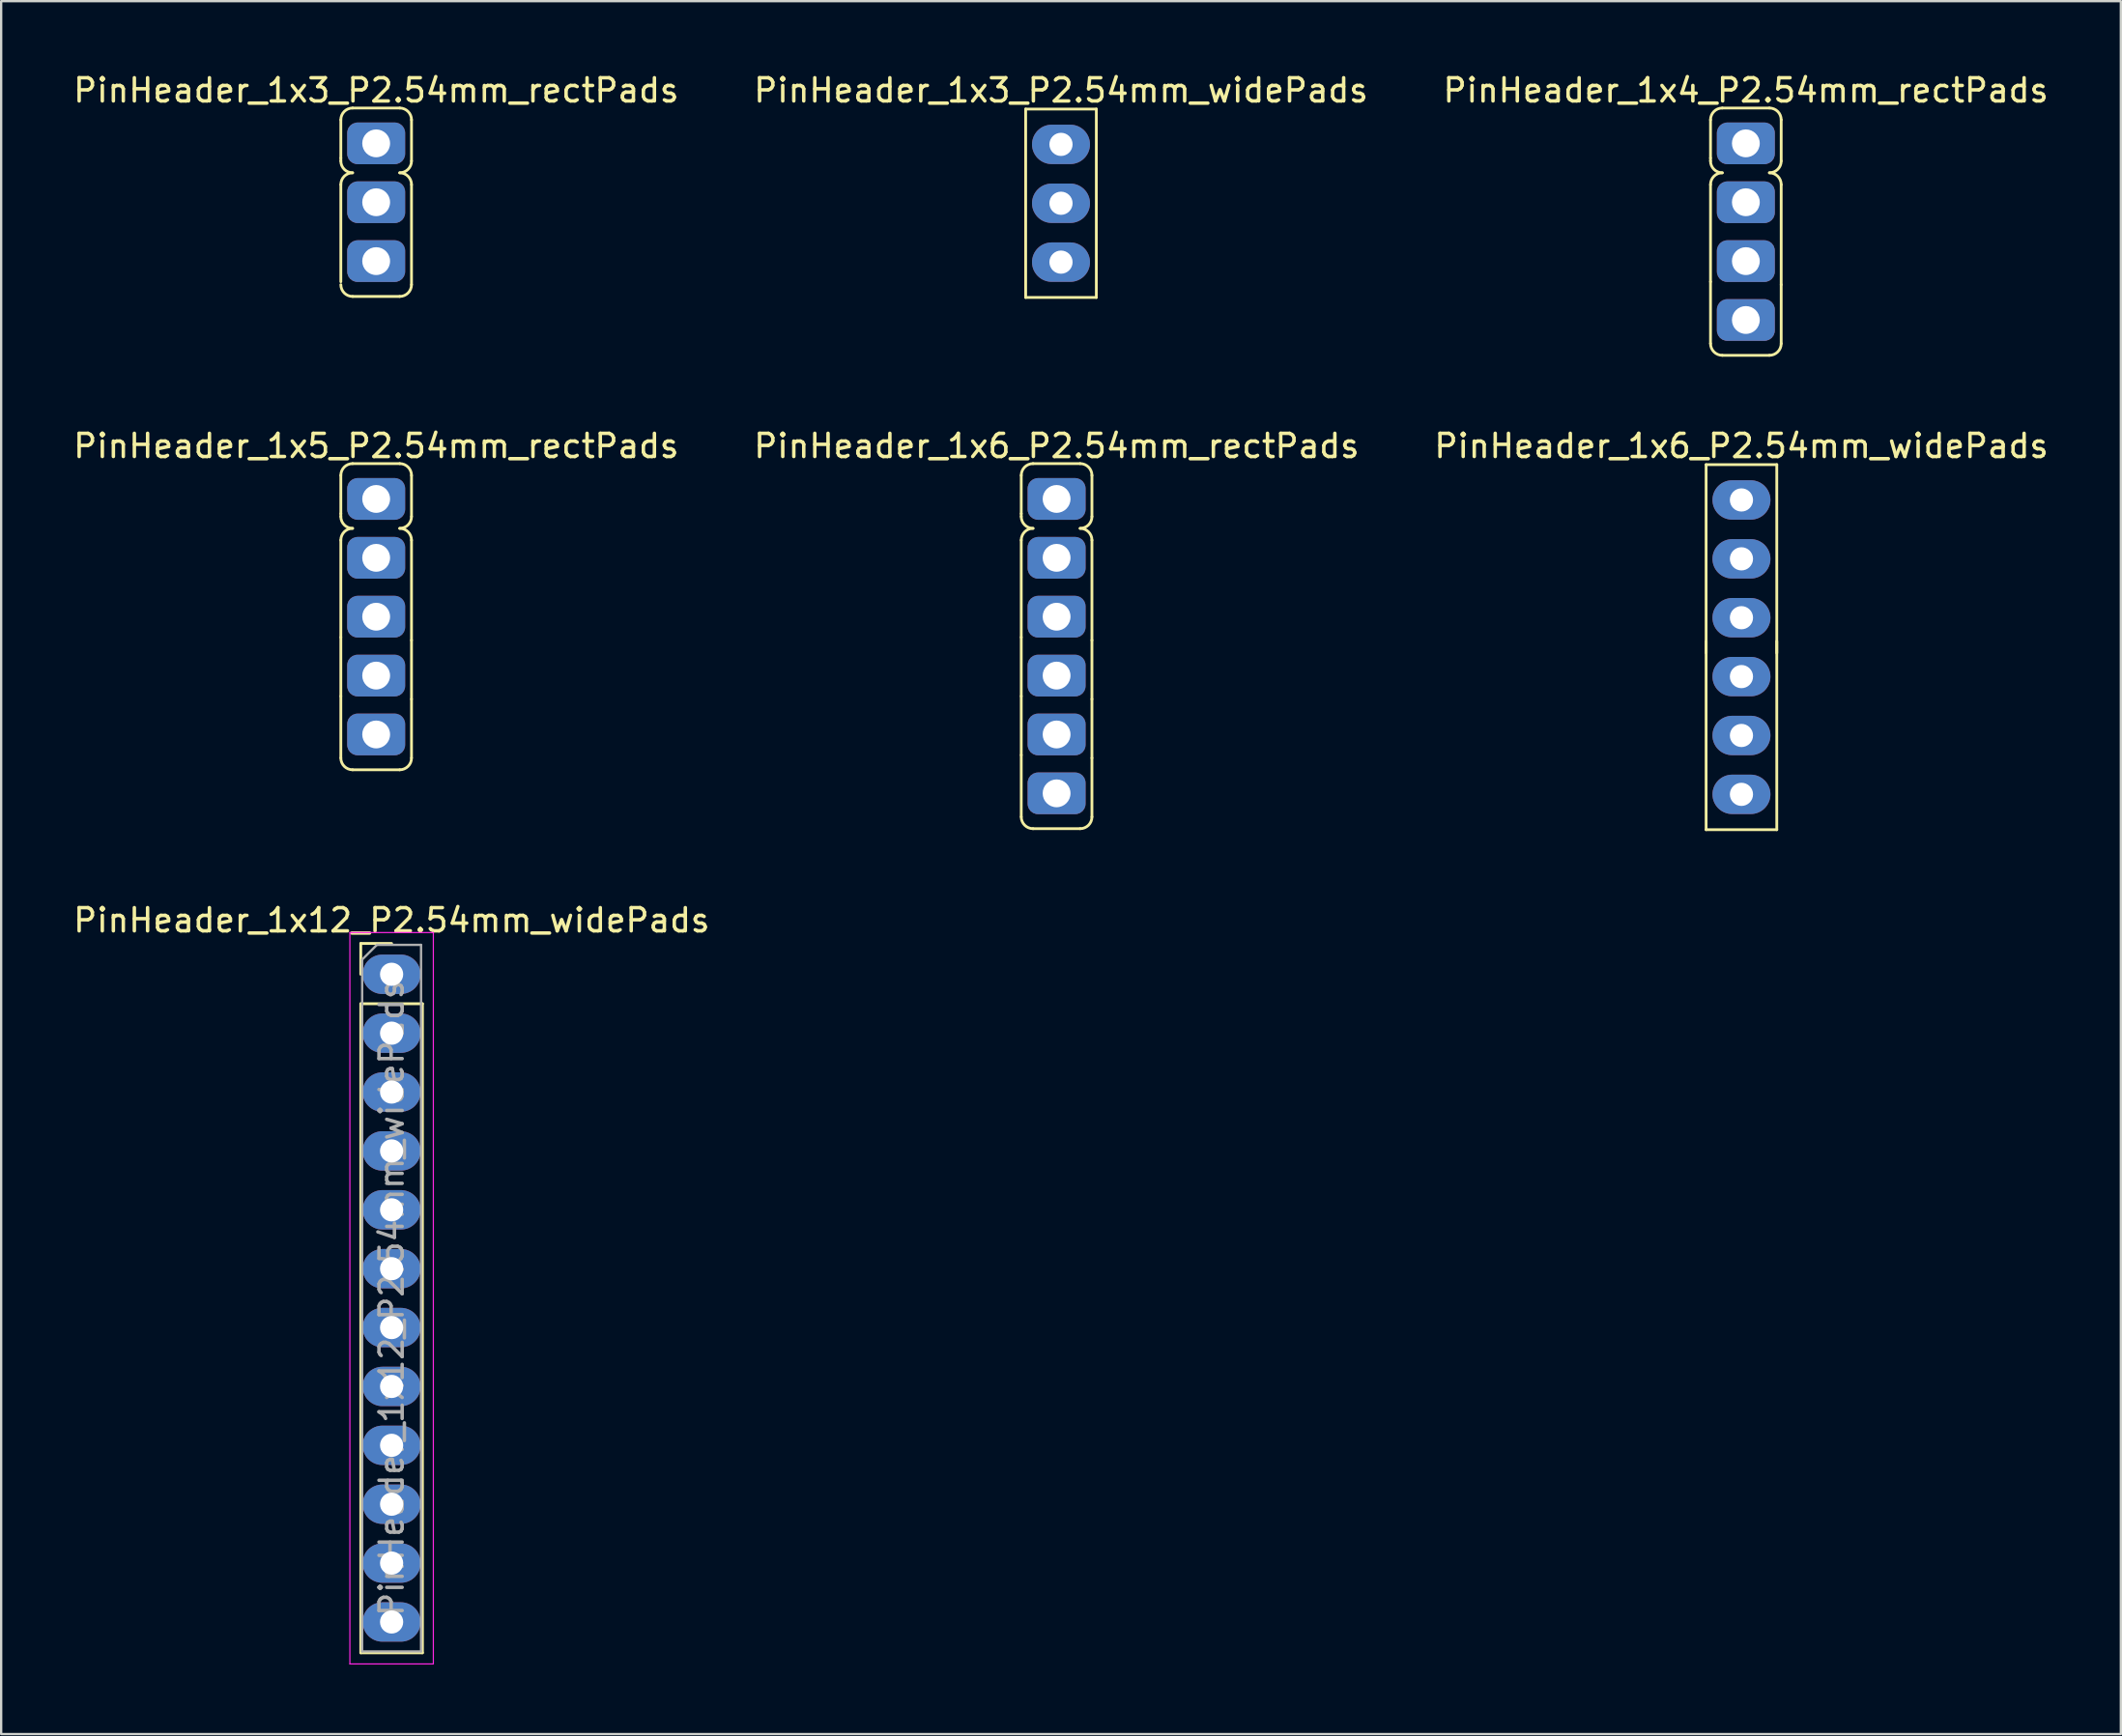
<source format=kicad_pcb>
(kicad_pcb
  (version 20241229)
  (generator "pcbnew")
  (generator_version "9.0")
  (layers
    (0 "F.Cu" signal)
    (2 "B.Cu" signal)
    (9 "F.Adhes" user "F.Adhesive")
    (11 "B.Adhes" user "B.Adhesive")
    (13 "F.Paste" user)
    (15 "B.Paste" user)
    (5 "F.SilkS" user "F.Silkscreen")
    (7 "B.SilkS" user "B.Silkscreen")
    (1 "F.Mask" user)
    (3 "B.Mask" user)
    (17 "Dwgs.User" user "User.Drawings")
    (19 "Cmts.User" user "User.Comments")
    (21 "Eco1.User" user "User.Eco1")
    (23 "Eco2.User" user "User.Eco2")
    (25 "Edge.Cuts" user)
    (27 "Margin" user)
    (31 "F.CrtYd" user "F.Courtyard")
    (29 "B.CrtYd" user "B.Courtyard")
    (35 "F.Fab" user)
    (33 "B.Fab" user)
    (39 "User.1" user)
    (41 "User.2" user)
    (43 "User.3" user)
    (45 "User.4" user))
  (footprint "PinHeader_1x3_P2.54mm_widePads"
    (layer "F.Cu")
    (at 42.708 3.178)
    (property "Reference" "PinHeader_1x3_P2.54mm_widePads" (at 0 -2.33 0) (layer "F.SilkS") (effects (font (size 1 1) (thickness 0.15))))
    (attr through_hole)
    (fp_line (start -1.524 -1.524) (end -1.524 6.604) (stroke (width 0.12) (type solid)) (layer "F.SilkS"))
    (fp_line (start -1.524 6.604) (end 1.524 6.604) (stroke (width 0.12) (type solid)) (layer "F.SilkS"))
    (fp_line (start 1.524 -1.524) (end -1.524 -1.524) (stroke (width 0.12) (type solid)) (layer "F.SilkS"))
    (fp_line (start 1.524 6.604) (end 1.524 -1.524) (stroke (width 0.12) (type solid)) (layer "F.SilkS"))
    (pad "1" thru_hole oval (at 0 0) (size 2.5 1.7) (drill 1) (layers "*.Cu" "*.Mask"))
    (pad "2" thru_hole oval (at 0 2.54) (size 2.5 1.7) (drill 1) (layers "*.Cu" "*.Mask"))
    (pad "3" thru_hole oval (at 0 5.08) (size 2.5 1.7) (drill 1) (layers "*.Cu" "*.Mask")))
  (footprint "PinHeader_1x3_P2.54mm_rectPads"
    (layer "F.Cu")
    (at 13.173 3.134)
    (property "Reference" "PinHeader_1x3_P2.54mm_rectPads" (at 0 -2.286 0) (layer "F.SilkS") (effects (font (size 1 1) (thickness 0.15))))
    (attr through_hole)
    (fp_line (start -1.524 0.635) (end -1.524 -1.016) (stroke (width 0.12) (type solid)) (layer "F.SilkS"))
    (fp_line (start -1.524 0.762) (end -1.524 0.635) (stroke (width 0.12) (type solid)) (layer "F.SilkS"))
    (fp_line (start -1.524 5.969) (end -1.524 1.778) (stroke (width 0.12) (type solid)) (layer "F.SilkS"))
    (fp_line (start -1.016 -1.524) (end 1.016 -1.524) (stroke (width 0.12) (type solid)) (layer "F.SilkS"))
    (fp_line (start -1.016 6.604) (end 1.016 6.604) (stroke (width 0.12) (type solid)) (layer "F.SilkS"))
    (fp_line (start 1.524 -1.016) (end 1.524 0.762) (stroke (width 0.12) (type solid)) (layer "F.SilkS"))
    (fp_line (start 1.524 6.096) (end 1.524 1.778) (stroke (width 0.12) (type solid)) (layer "F.SilkS"))
    (fp_arc (start -1.524 -1.016) (mid -1.37521 -1.37521) (end -1.016 -1.524) (stroke (width 0.12) (type solid)) (layer "F.SilkS"))
    (fp_arc (start -1.524 1.778) (mid -1.37521 1.41879) (end -1.016 1.27) (stroke (width 0.12) (type solid)) (layer "F.SilkS"))
    (fp_arc (start -1.016 1.27) (mid -1.37521 1.12121) (end -1.524 0.762) (stroke (width 0.12) (type solid)) (layer "F.SilkS"))
    (fp_arc (start -1.016 6.604) (mid -1.37521 6.45521) (end -1.524 6.096) (stroke (width 0.12) (type solid)) (layer "F.SilkS"))
    (fp_arc (start 1.016 -1.524) (mid 1.37521 -1.37521) (end 1.524 -1.016) (stroke (width 0.12) (type solid)) (layer "F.SilkS"))
    (fp_arc (start 1.016 1.27) (mid 1.37521 1.41879) (end 1.524 1.778) (stroke (width 0.12) (type solid)) (layer "F.SilkS"))
    (fp_arc (start 1.524 0.762) (mid 1.37521 1.12121) (end 1.016 1.27) (stroke (width 0.12) (type solid)) (layer "F.SilkS"))
    (fp_arc (start 1.524 6.096) (mid 1.37521 6.45521) (end 1.016 6.604) (stroke (width 0.12) (type solid)) (layer "F.SilkS"))
    (pad "1" thru_hole roundrect (at 0 0) (size 2.5 1.8) (drill 1.2) (layers "*.Cu" "*.Mask") (roundrect_rratio 0.25))
    (pad "2" thru_hole roundrect (at 0 2.54) (size 2.5 1.8) (drill 1.2) (layers "*.Cu" "*.Mask") (roundrect_rratio 0.25))
    (pad "3" thru_hole roundrect (at 0 5.08) (size 2.5 1.8) (drill 1.2) (layers "*.Cu" "*.Mask") (roundrect_rratio 0.25)))
  (footprint "PinHeader_1x4_P2.54mm_rectPads"
    (layer "F.Cu")
    (at 72.244 3.134)
    (property "Reference" "PinHeader_1x4_P2.54mm_rectPads" (at 0 -2.286 0) (layer "F.SilkS") (effects (font (size 1 1) (thickness 0.15))))
    (attr through_hole)
    (fp_line (start -1.524 0.635) (end -1.524 -1.016) (stroke (width 0.12) (type solid)) (layer "F.SilkS"))
    (fp_line (start -1.524 0.762) (end -1.524 0.635) (stroke (width 0.12) (type solid)) (layer "F.SilkS"))
    (fp_line (start -1.524 5.969) (end -1.524 1.778) (stroke (width 0.12) (type solid)) (layer "F.SilkS"))
    (fp_line (start -1.524 5.969) (end -1.524 8.636) (stroke (width 0.12) (type solid)) (layer "F.SilkS"))
    (fp_line (start -1.016 -1.524) (end 1.016 -1.524) (stroke (width 0.12) (type solid)) (layer "F.SilkS"))
    (fp_line (start -1.016 9.144) (end 1.016 9.144) (stroke (width 0.12) (type solid)) (layer "F.SilkS"))
    (fp_line (start 1.524 -1.016) (end 1.524 0.762) (stroke (width 0.12) (type solid)) (layer "F.SilkS"))
    (fp_line (start 1.524 6.096) (end 1.524 1.778) (stroke (width 0.12) (type solid)) (layer "F.SilkS"))
    (fp_line (start 1.524 8.636) (end 1.524 6.096) (stroke (width 0.12) (type solid)) (layer "F.SilkS"))
    (fp_arc (start -1.524 -1.016) (mid -1.37521 -1.37521) (end -1.016 -1.524) (stroke (width 0.12) (type solid)) (layer "F.SilkS"))
    (fp_arc (start -1.524 1.778) (mid -1.37521 1.41879) (end -1.016 1.27) (stroke (width 0.12) (type solid)) (layer "F.SilkS"))
    (fp_arc (start -1.016 1.27) (mid -1.37521 1.12121) (end -1.524 0.762) (stroke (width 0.12) (type solid)) (layer "F.SilkS"))
    (fp_arc (start -1.016 9.144) (mid -1.37521 8.99521) (end -1.524 8.636) (stroke (width 0.12) (type solid)) (layer "F.SilkS"))
    (fp_arc (start 1.016 -1.524) (mid 1.37521 -1.37521) (end 1.524 -1.016) (stroke (width 0.12) (type solid)) (layer "F.SilkS"))
    (fp_arc (start 1.016 1.27) (mid 1.37521 1.41879) (end 1.524 1.778) (stroke (width 0.12) (type solid)) (layer "F.SilkS"))
    (fp_arc (start 1.524 0.762) (mid 1.37521 1.12121) (end 1.016 1.27) (stroke (width 0.12) (type solid)) (layer "F.SilkS"))
    (fp_arc (start 1.524 8.636) (mid 1.37521 8.99521) (end 1.016 9.144) (stroke (width 0.12) (type solid)) (layer "F.SilkS"))
    (pad "1" thru_hole roundrect (at 0 0) (size 2.5 1.8) (drill 1.2) (layers "*.Cu" "*.Mask") (roundrect_rratio 0.25))
    (pad "2" thru_hole roundrect (at 0 2.54) (size 2.5 1.8) (drill 1.2) (layers "*.Cu" "*.Mask") (roundrect_rratio 0.25))
    (pad "3" thru_hole roundrect (at 0 5.08) (size 2.5 1.8) (drill 1.2) (layers "*.Cu" "*.Mask") (roundrect_rratio 0.25))
    (pad "4" thru_hole roundrect (at 0 7.62) (size 2.5 1.8) (drill 1.2) (layers "*.Cu" "*.Mask") (roundrect_rratio 0.25)))
  (footprint "PinHeader_1x5_P2.54mm_rectPads"
    (layer "F.Cu")
    (at 13.173 18.473)
    (property "Reference" "PinHeader_1x5_P2.54mm_rectPads" (at 0 -2.286 0) (layer "F.SilkS") (effects (font (size 1 1) (thickness 0.15))))
    (attr through_hole)
    (fp_line (start -1.524 0.635) (end -1.524 -1.016) (stroke (width 0.12) (type solid)) (layer "F.SilkS"))
    (fp_line (start -1.524 0.762) (end -1.524 0.635) (stroke (width 0.12) (type solid)) (layer "F.SilkS"))
    (fp_line (start -1.524 5.969) (end -1.524 1.778) (stroke (width 0.12) (type solid)) (layer "F.SilkS"))
    (fp_line (start -1.524 8.509) (end -1.524 5.969) (stroke (width 0.12) (type solid)) (layer "F.SilkS"))
    (fp_line (start -1.524 8.509) (end -1.524 11.176) (stroke (width 0.12) (type solid)) (layer "F.SilkS"))
    (fp_line (start -1.016 -1.524) (end 1.016 -1.524) (stroke (width 0.12) (type solid)) (layer "F.SilkS"))
    (fp_line (start -1.016 11.684) (end 1.016 11.684) (stroke (width 0.12) (type solid)) (layer "F.SilkS"))
    (fp_line (start 1.524 -1.016) (end 1.524 0.762) (stroke (width 0.12) (type solid)) (layer "F.SilkS"))
    (fp_line (start 1.524 6.096) (end 1.524 1.778) (stroke (width 0.12) (type solid)) (layer "F.SilkS"))
    (fp_line (start 1.524 8.636) (end 1.524 6.096) (stroke (width 0.12) (type solid)) (layer "F.SilkS"))
    (fp_line (start 1.524 11.176) (end 1.524 8.636) (stroke (width 0.12) (type solid)) (layer "F.SilkS"))
    (fp_arc (start -1.524 -1.016) (mid -1.37521 -1.37521) (end -1.016 -1.524) (stroke (width 0.12) (type solid)) (layer "F.SilkS"))
    (fp_arc (start -1.524 1.778) (mid -1.37521 1.41879) (end -1.016 1.27) (stroke (width 0.12) (type solid)) (layer "F.SilkS"))
    (fp_arc (start -1.016 1.27) (mid -1.37521 1.12121) (end -1.524 0.762) (stroke (width 0.12) (type solid)) (layer "F.SilkS"))
    (fp_arc (start -1.016 11.684) (mid -1.37521 11.53521) (end -1.524 11.176) (stroke (width 0.12) (type solid)) (layer "F.SilkS"))
    (fp_arc (start 1.016 -1.524) (mid 1.37521 -1.37521) (end 1.524 -1.016) (stroke (width 0.12) (type solid)) (layer "F.SilkS"))
    (fp_arc (start 1.016 1.27) (mid 1.37521 1.41879) (end 1.524 1.778) (stroke (width 0.12) (type solid)) (layer "F.SilkS"))
    (fp_arc (start 1.524 0.762) (mid 1.37521 1.12121) (end 1.016 1.27) (stroke (width 0.12) (type solid)) (layer "F.SilkS"))
    (fp_arc (start 1.524 11.176) (mid 1.37521 11.53521) (end 1.016 11.684) (stroke (width 0.12) (type solid)) (layer "F.SilkS"))
    (pad "1" thru_hole roundrect (at 0 0) (size 2.5 1.8) (drill 1.2) (layers "*.Cu" "*.Mask") (roundrect_rratio 0.25))
    (pad "2" thru_hole roundrect (at 0 2.54) (size 2.5 1.8) (drill 1.2) (layers "*.Cu" "*.Mask") (roundrect_rratio 0.25))
    (pad "3" thru_hole roundrect (at 0 5.08) (size 2.5 1.8) (drill 1.2) (layers "*.Cu" "*.Mask") (roundrect_rratio 0.25))
    (pad "4" thru_hole roundrect (at 0 7.62) (size 2.5 1.8) (drill 1.2) (layers "*.Cu" "*.Mask") (roundrect_rratio 0.25))
    (pad "5" thru_hole roundrect (at 0 10.16) (size 2.5 1.8) (drill 1.2) (layers "*.Cu" "*.Mask") (roundrect_rratio 0.25)))
  (footprint "PinHeader_1x6_P2.54mm_widePads"
    (layer "F.Cu")
    (at 72.054 18.517)
    (property "Reference" "PinHeader_1x6_P2.54mm_widePads" (at 0 -2.33 0) (layer "F.SilkS") (effects (font (size 1 1) (thickness 0.15))))
    (attr through_hole)
    (fp_line (start -1.524 -1.524) (end -1.524 6.604) (stroke (width 0.12) (type solid)) (layer "F.SilkS"))
    (fp_line (start -1.524 6.096) (end -1.524 14.224) (stroke (width 0.12) (type solid)) (layer "F.SilkS"))
    (fp_line (start -1.524 14.224) (end 1.524 14.224) (stroke (width 0.12) (type solid)) (layer "F.SilkS"))
    (fp_line (start 1.524 -1.524) (end -1.524 -1.524) (stroke (width 0.12) (type solid)) (layer "F.SilkS"))
    (fp_line (start 1.524 6.604) (end 1.524 -1.524) (stroke (width 0.12) (type solid)) (layer "F.SilkS"))
    (fp_line (start 1.524 14.224) (end 1.524 6.096) (stroke (width 0.12) (type solid)) (layer "F.SilkS"))
    (pad "1" thru_hole oval (at 0 0) (size 2.5 1.7) (drill 1) (layers "*.Cu" "*.Mask"))
    (pad "2" thru_hole oval (at 0 2.54) (size 2.5 1.7) (drill 1) (layers "*.Cu" "*.Mask"))
    (pad "3" thru_hole oval (at 0 5.08) (size 2.5 1.7) (drill 1) (layers "*.Cu" "*.Mask"))
    (pad "4" thru_hole oval (at 0 7.62) (size 2.5 1.7) (drill 1) (layers "*.Cu" "*.Mask"))
    (pad "5" thru_hole oval (at 0 10.16) (size 2.5 1.7) (drill 1) (layers "*.Cu" "*.Mask"))
    (pad "6" thru_hole oval (at 0 12.7) (size 2.5 1.7) (drill 1) (layers "*.Cu" "*.Mask")))
  (footprint "PinHeader_1x6_P2.54mm_rectPads"
    (layer "F.Cu")
    (at 42.518 18.473)
    (property "Reference" "PinHeader_1x6_P2.54mm_rectPads" (at 0 -2.286 0) (layer "F.SilkS") (effects (font (size 1 1) (thickness 0.15))))
    (attr through_hole)
    (fp_line (start -1.524 0.635) (end -1.524 -1.016) (stroke (width 0.12) (type solid)) (layer "F.SilkS"))
    (fp_line (start -1.524 0.762) (end -1.524 0.635) (stroke (width 0.12) (type solid)) (layer "F.SilkS"))
    (fp_line (start -1.524 5.969) (end -1.524 1.778) (stroke (width 0.12) (type solid)) (layer "F.SilkS"))
    (fp_line (start -1.524 8.509) (end -1.524 5.969) (stroke (width 0.12) (type solid)) (layer "F.SilkS"))
    (fp_line (start -1.524 11.049) (end -1.524 8.509) (stroke (width 0.12) (type solid)) (layer "F.SilkS"))
    (fp_line (start -1.524 11.049) (end -1.524 13.716) (stroke (width 0.12) (type solid)) (layer "F.SilkS"))
    (fp_line (start -1.016 -1.524) (end 1.016 -1.524) (stroke (width 0.12) (type solid)) (layer "F.SilkS"))
    (fp_line (start -1.016 14.224) (end 1.016 14.224) (stroke (width 0.12) (type solid)) (layer "F.SilkS"))
    (fp_line (start 1.524 -1.016) (end 1.524 0.762) (stroke (width 0.12) (type solid)) (layer "F.SilkS"))
    (fp_line (start 1.524 6.096) (end 1.524 1.778) (stroke (width 0.12) (type solid)) (layer "F.SilkS"))
    (fp_line (start 1.524 8.636) (end 1.524 6.096) (stroke (width 0.12) (type solid)) (layer "F.SilkS"))
    (fp_line (start 1.524 11.176) (end 1.524 8.636) (stroke (width 0.12) (type solid)) (layer "F.SilkS"))
    (fp_line (start 1.524 13.716) (end 1.524 11.176) (stroke (width 0.12) (type solid)) (layer "F.SilkS"))
    (fp_arc (start -1.524 -1.016) (mid -1.37521 -1.37521) (end -1.016 -1.524) (stroke (width 0.12) (type solid)) (layer "F.SilkS"))
    (fp_arc (start -1.524 1.778) (mid -1.37521 1.41879) (end -1.016 1.27) (stroke (width 0.12) (type solid)) (layer "F.SilkS"))
    (fp_arc (start -1.016 1.27) (mid -1.37521 1.12121) (end -1.524 0.762) (stroke (width 0.12) (type solid)) (layer "F.SilkS"))
    (fp_arc (start -1.016 14.224) (mid -1.37521 14.07521) (end -1.524 13.716) (stroke (width 0.12) (type solid)) (layer "F.SilkS"))
    (fp_arc (start 1.016 -1.524) (mid 1.37521 -1.37521) (end 1.524 -1.016) (stroke (width 0.12) (type solid)) (layer "F.SilkS"))
    (fp_arc (start 1.016 1.27) (mid 1.37521 1.41879) (end 1.524 1.778) (stroke (width 0.12) (type solid)) (layer "F.SilkS"))
    (fp_arc (start 1.524 0.762) (mid 1.37521 1.12121) (end 1.016 1.27) (stroke (width 0.12) (type solid)) (layer "F.SilkS"))
    (fp_arc (start 1.524 13.716) (mid 1.37521 14.07521) (end 1.016 14.224) (stroke (width 0.12) (type solid)) (layer "F.SilkS"))
    (pad "1" thru_hole roundrect (at 0 0) (size 2.5 1.8) (drill 1.2) (layers "*.Cu" "*.Mask") (roundrect_rratio 0.25))
    (pad "2" thru_hole roundrect (at 0 2.54) (size 2.5 1.8) (drill 1.2) (layers "*.Cu" "*.Mask") (roundrect_rratio 0.25))
    (pad "3" thru_hole roundrect (at 0 5.08) (size 2.5 1.8) (drill 1.2) (layers "*.Cu" "*.Mask") (roundrect_rratio 0.25))
    (pad "4" thru_hole roundrect (at 0 7.62) (size 2.5 1.8) (drill 1.2) (layers "*.Cu" "*.Mask") (roundrect_rratio 0.25))
    (pad "5" thru_hole roundrect (at 0 10.16) (size 2.5 1.8) (drill 1.2) (layers "*.Cu" "*.Mask") (roundrect_rratio 0.25))
    (pad "6" thru_hole roundrect (at 0 12.7) (size 2.5 1.8) (drill 1.2) (layers "*.Cu" "*.Mask") (roundrect_rratio 0.25)))
  (footprint "PinHeader_1x12_P2.54mm_widePads"
    (layer "F.Cu")
    (at 13.839 38.979)
    (property "Reference" "PinHeader_1x12_P2.54mm_widePads" (at 0 -2.33 0) (layer "F.SilkS") (effects (font (size 1 1) (thickness 0.15))))
    (attr through_hole)
    (fp_line (start -1.33 -1.33) (end 0 -1.33) (stroke (width 0.12) (type solid)) (layer "F.SilkS"))
    (fp_line (start -1.33 0) (end -1.33 -1.33) (stroke (width 0.12) (type solid)) (layer "F.SilkS"))
    (fp_line (start -1.33 1.27) (end -1.33 29.27) (stroke (width 0.12) (type solid)) (layer "F.SilkS"))
    (fp_line (start -1.33 1.27) (end 1.33 1.27) (stroke (width 0.12) (type solid)) (layer "F.SilkS"))
    (fp_line (start -1.33 29.27) (end 1.33 29.27) (stroke (width 0.12) (type solid)) (layer "F.SilkS"))
    (fp_line (start 1.33 1.27) (end 1.33 29.27) (stroke (width 0.12) (type solid)) (layer "F.SilkS"))
    (fp_line (start -1.8 -1.8) (end -1.8 29.75) (stroke (width 0.05) (type solid)) (layer "F.CrtYd"))
    (fp_line (start -1.8 29.75) (end 1.8 29.75) (stroke (width 0.05) (type solid)) (layer "F.CrtYd"))
    (fp_line (start 1.8 -1.8) (end -1.8 -1.8) (stroke (width 0.05) (type solid)) (layer "F.CrtYd"))
    (fp_line (start 1.8 29.75) (end 1.8 -1.8) (stroke (width 0.05) (type solid)) (layer "F.CrtYd"))
    (fp_line (start -1.27 -0.635) (end -0.635 -1.27) (stroke (width 0.1) (type solid)) (layer "F.Fab"))
    (fp_line (start -1.27 29.21) (end -1.27 -0.635) (stroke (width 0.1) (type solid)) (layer "F.Fab"))
    (fp_line (start -0.635 -1.27) (end 1.27 -1.27) (stroke (width 0.1) (type solid)) (layer "F.Fab"))
    (fp_line (start 1.27 -1.27) (end 1.27 29.21) (stroke (width 0.1) (type solid)) (layer "F.Fab"))
    (fp_line (start 1.27 29.21) (end -1.27 29.21) (stroke (width 0.1) (type solid)) (layer "F.Fab"))
    (fp_text user "${REFERENCE}" (at 0 13.97 90) (layer "F.Fab") (effects (font (size 1 1) (thickness 0.15))))
    (pad "1" thru_hole oval (at 0 0) (size 2.5 1.7) (drill 1) (layers "*.Cu" "*.Mask"))
    (pad "2" thru_hole oval (at 0 2.54) (size 2.5 1.7) (drill 1) (layers "*.Cu" "*.Mask"))
    (pad "3" thru_hole oval (at 0 5.08) (size 2.5 1.7) (drill 1) (layers "*.Cu" "*.Mask"))
    (pad "4" thru_hole oval (at 0 7.62) (size 2.5 1.7) (drill 1) (layers "*.Cu" "*.Mask"))
    (pad "5" thru_hole oval (at 0 10.16) (size 2.5 1.7) (drill 1) (layers "*.Cu" "*.Mask"))
    (pad "6" thru_hole oval (at 0 12.7) (size 2.5 1.7) (drill 1) (layers "*.Cu" "*.Mask"))
    (pad "7" thru_hole oval (at 0 15.24) (size 2.5 1.7) (drill 1) (layers "*.Cu" "*.Mask"))
    (pad "8" thru_hole oval (at 0 17.78) (size 2.5 1.7) (drill 1) (layers "*.Cu" "*.Mask"))
    (pad "9" thru_hole oval (at 0 20.32) (size 2.5 1.7) (drill 1) (layers "*.Cu" "*.Mask"))
    (pad "10" thru_hole oval (at 0 22.86) (size 2.5 1.7) (drill 1) (layers "*.Cu" "*.Mask"))
    (pad "11" thru_hole oval (at 0 25.4) (size 2.5 1.7) (drill 1) (layers "*.Cu" "*.Mask"))
    (pad "12" thru_hole oval (at 0 27.94) (size 2.5 1.7) (drill 1) (layers "*.Cu" "*.Mask")))
  (gr_rect
    (start -3 -3)
    (end 88.417 71.754)
    (stroke (width 0.1) (type default))
    (fill no)
    (layer "Edge.Cuts")))
</source>
